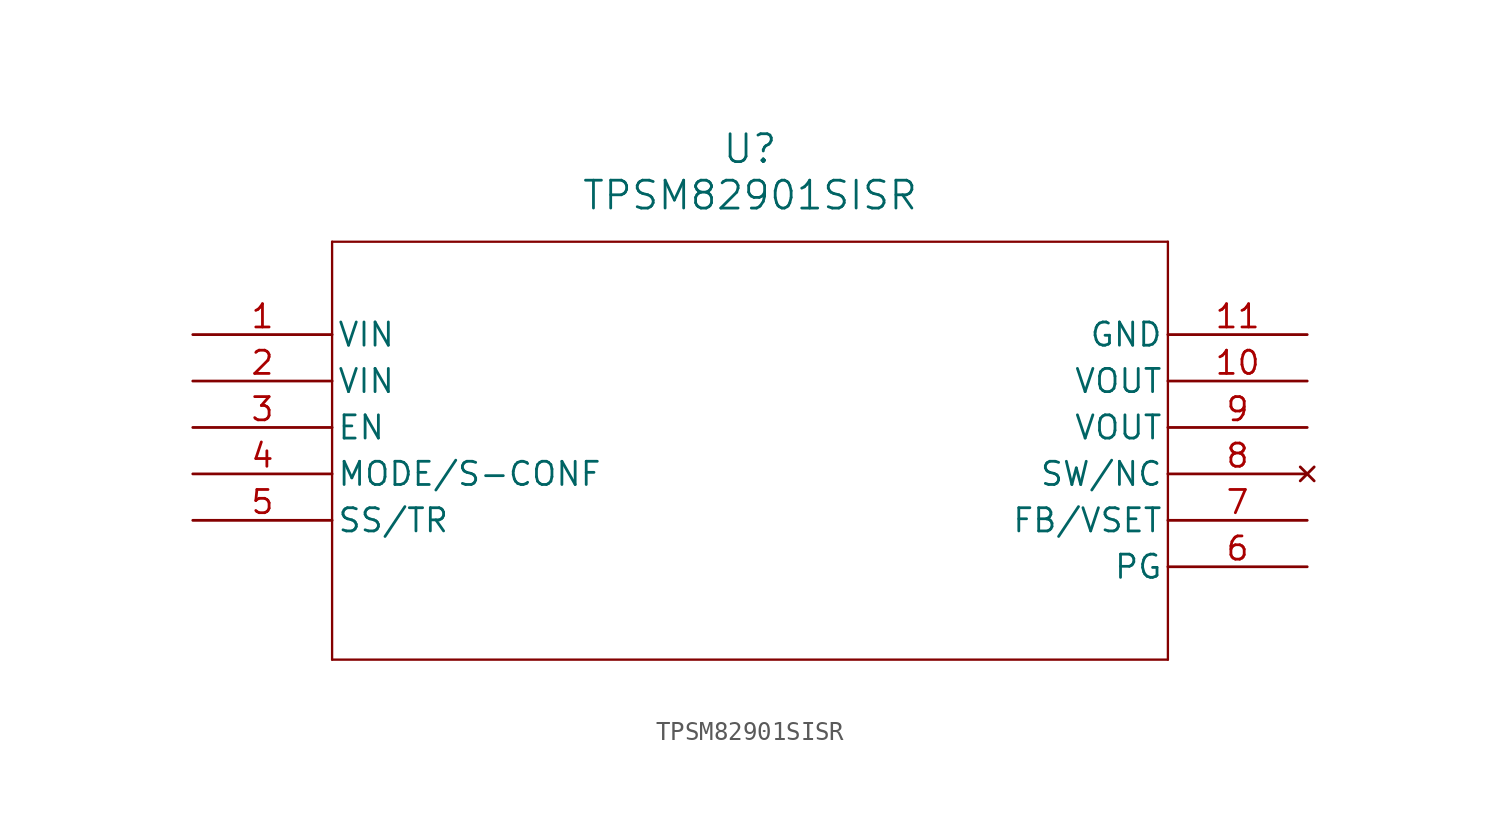
<source format=kicad_sym>
(kicad_symbol_lib
  (version 20241209)
  (generator "kicad_symbol_editor")
  (generator_version "9.0")
  (symbol "TPSM82901SISR"
    (pin_names
      (offset 0.254))
    (property "Reference" "U"
      (at 30.48 10.16 0)
      (effects (font (size 1.524 1.524))))
    (property "Value" "TPSM82901SISR"
      (at 30.48 7.62 0)
      (effects (font (size 1.524 1.524))))
    (property "ki_locked" ""
      (at 0 0 0)
      (effects (font (size 1.27 1.27))))
    (symbol "TPSM82901SISR_0_1"
      (polyline (pts (xy 7.62 5.08) (xy 7.62 -17.78)) (stroke (width 0.127) (type default)) (fill (type none)))
      (polyline (pts (xy 7.62 -17.78) (xy 53.34 -17.78)) (stroke (width 0.127) (type default)) (fill (type none)))
      (polyline (pts (xy 53.34 5.08) (xy 7.62 5.08)) (stroke (width 0.127) (type default)) (fill (type none)))
      (polyline (pts (xy 53.34 -17.78) (xy 53.34 5.08)) (stroke (width 0.127) (type default)) (fill (type none)))
      (pin power_in line (at 0 0 0) (length 7.62) (name "VIN" (effects (font (size 1.27 1.27)))) (number "1" (effects (font (size 1.27 1.27)))))
      (pin power_in line (at 0 -2.54 0) (length 7.62) (name "VIN" (effects (font (size 1.27 1.27)))) (number "2" (effects (font (size 1.27 1.27)))))
      (pin input line (at 0 -5.08 0) (length 7.62) (name "EN" (effects (font (size 1.27 1.27)))) (number "3" (effects (font (size 1.27 1.27)))))
      (pin input line (at 0 -7.62 0) (length 7.62) (name "MODE/S-CONF" (effects (font (size 1.27 1.27)))) (number "4" (effects (font (size 1.27 1.27)))))
      (pin input line (at 0 -10.16 0) (length 7.62) (name "SS/TR" (effects (font (size 1.27 1.27)))) (number "5" (effects (font (size 1.27 1.27)))))
      (pin power_out line (at 60.96 0 180) (length 7.62) (name "GND" (effects (font (size 1.27 1.27)))) (number "11" (effects (font (size 1.27 1.27)))))
      (pin output line (at 60.96 -2.54 180) (length 7.62) (name "VOUT" (effects (font (size 1.27 1.27)))) (number "10" (effects (font (size 1.27 1.27)))))
      (pin output line (at 60.96 -5.08 180) (length 7.62) (name "VOUT" (effects (font (size 1.27 1.27)))) (number "9" (effects (font (size 1.27 1.27)))))
      (pin no_connect line (at 60.96 -7.62 180) (length 7.62) (name "SW/NC" (effects (font (size 1.27 1.27)))) (number "8" (effects (font (size 1.27 1.27)))))
      (pin input line (at 60.96 -10.16 180) (length 7.62) (name "FB/VSET" (effects (font (size 1.27 1.27)))) (number "7" (effects (font (size 1.27 1.27)))))
      (pin output line (at 60.96 -12.7 180) (length 7.62) (name "PG" (effects (font (size 1.27 1.27)))) (number "6" (effects (font (size 1.27 1.27))))))))
</source>
